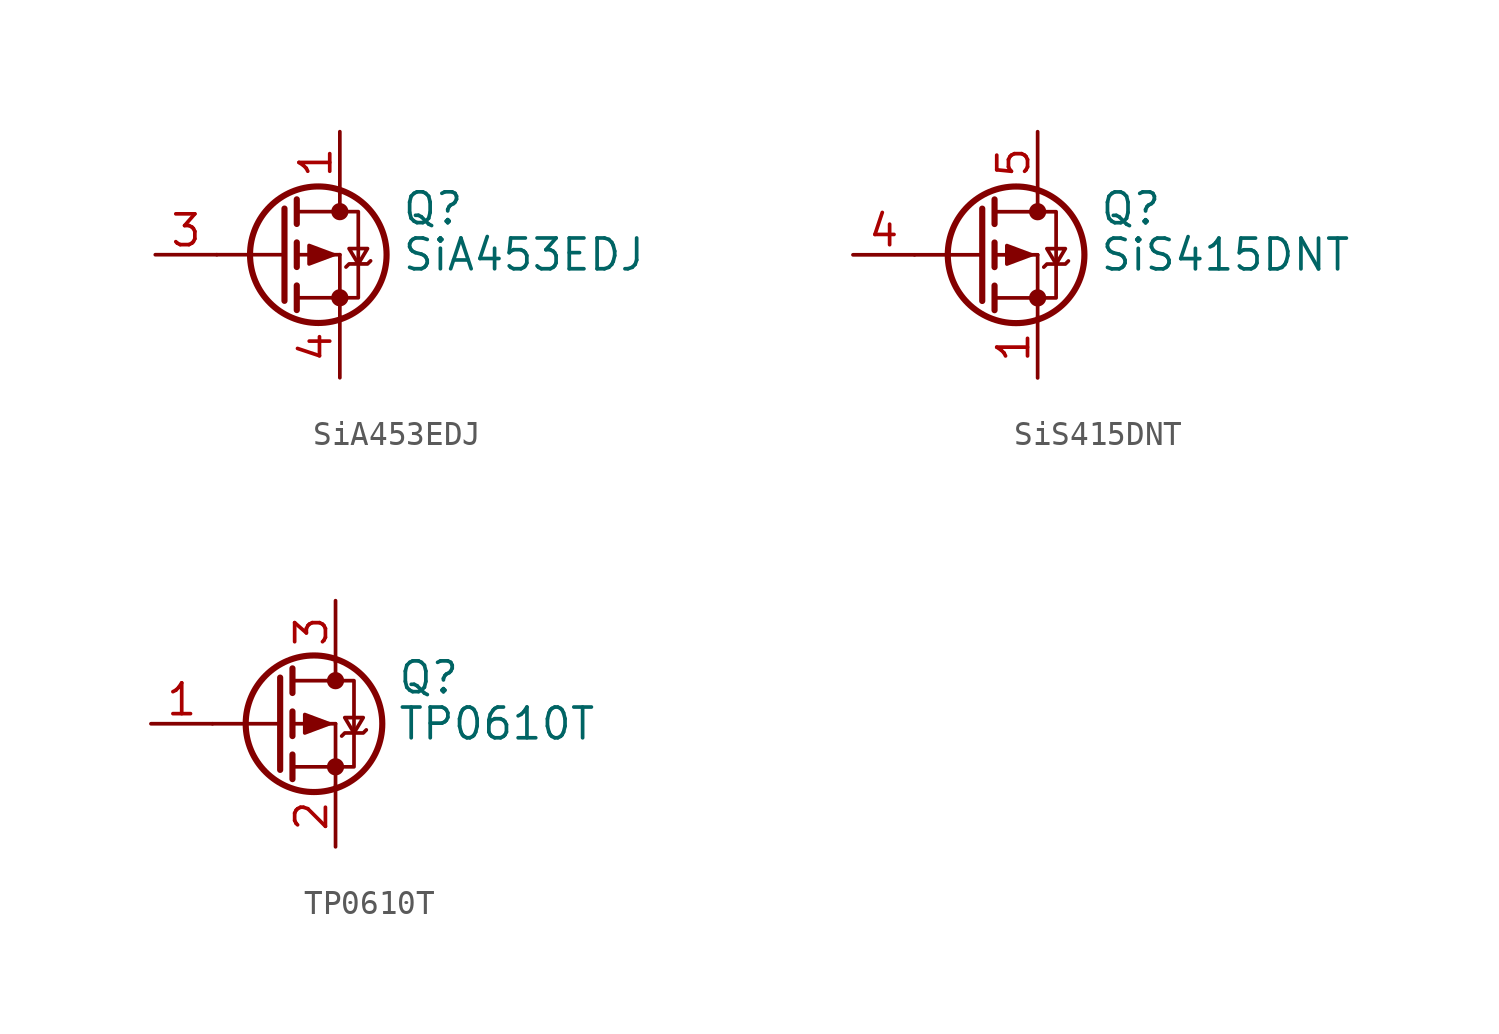
<source format=kicad_sym>
(kicad_symbol_lib
  (version 20201005)
  (generator kicad_symbol_editor)
  (symbol "SiA453EDJ"
    (pin_names
      (offset 0) hide)
    (property "Reference" "Q"
      (at 5.08 1.905 0)
      (effects (font (size 1.27 1.27)) (justify left)))
    (property "Value" "SiA453EDJ"
      (at 5.08 0 0)
      (effects (font (size 1.27 1.27)) (justify left)))
    (symbol "SiA453EDJ_0_1"
      (circle (center 1.651 0) (radius 2.819) (stroke (width 0.254)) (fill (type none)))
      (circle (center 2.54 -1.778) (radius 0.279) (stroke (width 0)) (fill (type outline)))
      (circle (center 2.54 1.778) (radius 0.279) (stroke (width 0)) (fill (type outline)))
      (polyline (pts (xy -2.54 0) (xy 0.254 0)) (stroke (width 0)) (fill (type none)))
      (polyline (pts (xy 0.762 -1.778) (xy 2.54 -1.778)) (stroke (width 0)) (fill (type none)))
      (polyline (pts (xy 0.762 -1.27) (xy 0.762 -2.286)) (stroke (width 0.254)) (fill (type none)))
      (polyline (pts (xy 0.762 0) (xy 2.54 0)) (stroke (width 0)) (fill (type none)))
      (polyline (pts (xy 0.762 0.508) (xy 0.762 -0.508)) (stroke (width 0.254)) (fill (type none)))
      (polyline (pts (xy 0.762 1.778) (xy 2.54 1.778)) (stroke (width 0)) (fill (type none)))
      (polyline (pts (xy 0.762 2.286) (xy 0.762 1.27)) (stroke (width 0.254)) (fill (type none)))
      (polyline (pts (xy 2.54 -1.778) (xy 2.54 -2.54)) (stroke (width 0)) (fill (type none)))
      (polyline (pts (xy 2.54 -1.778) (xy 2.54 0)) (stroke (width 0)) (fill (type none)))
      (polyline (pts (xy 2.54 2.54) (xy 2.54 1.778)) (stroke (width 0)) (fill (type none)))
      (polyline (pts (xy 0.254 1.905) (xy 0.254 -1.905) (xy 0.254 -1.905)) (stroke (width 0.254)) (fill (type none)))
      (polyline (pts (xy 2.286 0) (xy 1.27 -0.381) (xy 1.27 0.381) (xy 2.286 0)) (stroke (width 0)) (fill (type outline)))
      (polyline (pts (xy 2.54 -1.778) (xy 3.302 -1.778) (xy 3.302 1.778) (xy 2.54 1.778)) (stroke (width 0)) (fill (type none)))
      (polyline (pts (xy 2.794 -0.508) (xy 2.921 -0.381) (xy 3.683 -0.381) (xy 3.81 -0.254)) (stroke (width 0)) (fill (type none)))
      (polyline (pts (xy 3.302 -0.381) (xy 2.921 0.254) (xy 3.683 0.254) (xy 3.302 -0.381)) (stroke (width 0)) (fill (type none))))
    (symbol "SiA453EDJ_1_1"
      (pin passive line (at 2.54 5.08 270) (length 2.54) (name "D" (effects (font (size 1.27 1.27)))) (number "1" (effects (font (size 1.27 1.27)))))
      (pin passive line (at -5.08 0 0) (length 2.54) (name "G" (effects (font (size 1.27 1.27)))) (number "3" (effects (font (size 1.27 1.27)))))
      (pin passive line (at 2.54 -5.08 90) (length 2.54) (name "S" (effects (font (size 1.27 1.27)))) (number "4" (effects (font (size 1.27 1.27)))))))
  (symbol "SiS415DNT"
    (pin_names
      (offset 0) hide)
    (property "Reference" "Q"
      (at 5.08 1.905 0)
      (effects (font (size 1.27 1.27)) (justify left)))
    (property "Value" "SiS415DNT"
      (at 5.08 0 0)
      (effects (font (size 1.27 1.27)) (justify left)))
    (symbol "SiS415DNT_0_1"
      (circle (center 1.651 0) (radius 2.819) (stroke (width 0.254)) (fill (type none)))
      (circle (center 2.54 -1.778) (radius 0.279) (stroke (width 0)) (fill (type outline)))
      (circle (center 2.54 1.778) (radius 0.279) (stroke (width 0)) (fill (type outline)))
      (polyline (pts (xy -2.54 0) (xy 0.254 0)) (stroke (width 0)) (fill (type none)))
      (polyline (pts (xy 0.762 -1.778) (xy 2.54 -1.778)) (stroke (width 0)) (fill (type none)))
      (polyline (pts (xy 0.762 -1.27) (xy 0.762 -2.286)) (stroke (width 0.254)) (fill (type none)))
      (polyline (pts (xy 0.762 0) (xy 2.54 0)) (stroke (width 0)) (fill (type none)))
      (polyline (pts (xy 0.762 0.508) (xy 0.762 -0.508)) (stroke (width 0.254)) (fill (type none)))
      (polyline (pts (xy 0.762 1.778) (xy 2.54 1.778)) (stroke (width 0)) (fill (type none)))
      (polyline (pts (xy 0.762 2.286) (xy 0.762 1.27)) (stroke (width 0.254)) (fill (type none)))
      (polyline (pts (xy 2.54 -1.778) (xy 2.54 -2.54)) (stroke (width 0)) (fill (type none)))
      (polyline (pts (xy 2.54 -1.778) (xy 2.54 0)) (stroke (width 0)) (fill (type none)))
      (polyline (pts (xy 2.54 2.54) (xy 2.54 1.778)) (stroke (width 0)) (fill (type none)))
      (polyline (pts (xy 0.254 1.905) (xy 0.254 -1.905) (xy 0.254 -1.905)) (stroke (width 0.254)) (fill (type none)))
      (polyline (pts (xy 2.286 0) (xy 1.27 -0.381) (xy 1.27 0.381) (xy 2.286 0)) (stroke (width 0)) (fill (type outline)))
      (polyline (pts (xy 2.54 -1.778) (xy 3.302 -1.778) (xy 3.302 1.778) (xy 2.54 1.778)) (stroke (width 0)) (fill (type none)))
      (polyline (pts (xy 2.794 -0.508) (xy 2.921 -0.381) (xy 3.683 -0.381) (xy 3.81 -0.254)) (stroke (width 0)) (fill (type none)))
      (polyline (pts (xy 3.302 -0.381) (xy 2.921 0.254) (xy 3.683 0.254) (xy 3.302 -0.381)) (stroke (width 0)) (fill (type none))))
    (symbol "SiS415DNT_1_1"
      (pin passive line (at 2.54 -5.08 90) (length 2.54) (name "S" (effects (font (size 1.27 1.27)))) (number "1" (effects (font (size 1.27 1.27)))))
      (pin passive line (at 2.54 -5.08 90) (length 2.54) hide (name "S" (effects (font (size 1.27 1.27)))) (number "2" (effects (font (size 1.27 1.27)))))
      (pin passive line (at 2.54 -5.08 90) (length 2.54) hide (name "S" (effects (font (size 1.27 1.27)))) (number "3" (effects (font (size 1.27 1.27)))))
      (pin passive line (at -5.08 0 0) (length 2.54) (name "G" (effects (font (size 1.27 1.27)))) (number "4" (effects (font (size 1.27 1.27)))))
      (pin passive line (at 2.54 5.08 270) (length 2.54) (name "D" (effects (font (size 1.27 1.27)))) (number "5" (effects (font (size 1.27 1.27)))))))
  (symbol "TP0610T"
    (pin_names
      (offset 0) hide)
    (property "Reference" "Q"
      (at 5.08 1.905 0)
      (effects (font (size 1.27 1.27)) (justify left)))
    (property "Value" "TP0610T"
      (at 5.08 0 0)
      (effects (font (size 1.27 1.27)) (justify left)))
    (symbol "TP0610T_0_1"
      (circle (center 1.651 0) (radius 2.819) (stroke (width 0.254)) (fill (type none)))
      (circle (center 2.54 -1.778) (radius 0.279) (stroke (width 0)) (fill (type outline)))
      (circle (center 2.54 1.778) (radius 0.279) (stroke (width 0)) (fill (type outline)))
      (polyline (pts (xy -2.54 0) (xy 0.254 0)) (stroke (width 0)) (fill (type none)))
      (polyline (pts (xy 0.762 -1.778) (xy 2.54 -1.778)) (stroke (width 0)) (fill (type none)))
      (polyline (pts (xy 0.762 -1.27) (xy 0.762 -2.286)) (stroke (width 0.254)) (fill (type none)))
      (polyline (pts (xy 0.762 0) (xy 2.54 0)) (stroke (width 0)) (fill (type none)))
      (polyline (pts (xy 0.762 0.508) (xy 0.762 -0.508)) (stroke (width 0.254)) (fill (type none)))
      (polyline (pts (xy 0.762 1.778) (xy 2.54 1.778)) (stroke (width 0)) (fill (type none)))
      (polyline (pts (xy 0.762 2.286) (xy 0.762 1.27)) (stroke (width 0.254)) (fill (type none)))
      (polyline (pts (xy 2.54 -1.778) (xy 2.54 -2.54)) (stroke (width 0)) (fill (type none)))
      (polyline (pts (xy 2.54 -1.778) (xy 2.54 0)) (stroke (width 0)) (fill (type none)))
      (polyline (pts (xy 2.54 2.54) (xy 2.54 1.778)) (stroke (width 0)) (fill (type none)))
      (polyline (pts (xy 0.254 1.905) (xy 0.254 -1.905) (xy 0.254 -1.905)) (stroke (width 0.254)) (fill (type none)))
      (polyline (pts (xy 2.286 0) (xy 1.27 -0.381) (xy 1.27 0.381) (xy 2.286 0)) (stroke (width 0)) (fill (type outline)))
      (polyline (pts (xy 2.54 -1.778) (xy 3.302 -1.778) (xy 3.302 1.778) (xy 2.54 1.778)) (stroke (width 0)) (fill (type none)))
      (polyline (pts (xy 2.794 -0.508) (xy 2.921 -0.381) (xy 3.683 -0.381) (xy 3.81 -0.254)) (stroke (width 0)) (fill (type none)))
      (polyline (pts (xy 3.302 -0.381) (xy 2.921 0.254) (xy 3.683 0.254) (xy 3.302 -0.381)) (stroke (width 0)) (fill (type none))))
    (symbol "TP0610T_1_1"
      (pin input line (at -5.08 0 0) (length 2.54) (name "G" (effects (font (size 1.27 1.27)))) (number "1" (effects (font (size 1.27 1.27)))))
      (pin passive line (at 2.54 -5.08 90) (length 2.54) (name "S" (effects (font (size 1.27 1.27)))) (number "2" (effects (font (size 1.27 1.27)))))
      (pin passive line (at 2.54 5.08 270) (length 2.54) (name "D" (effects (font (size 1.27 1.27)))) (number "3" (effects (font (size 1.27 1.27))))))))
</source>
